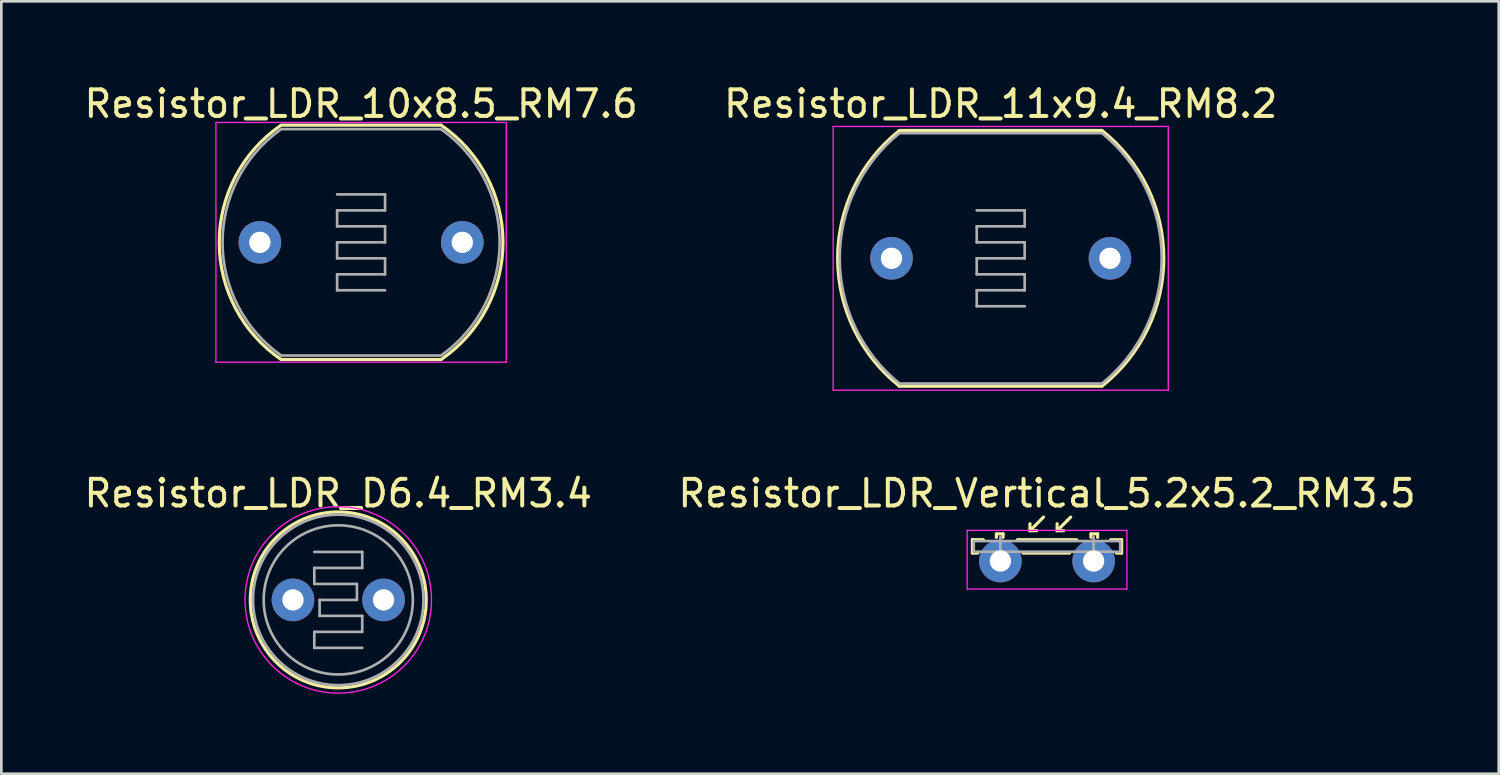
<source format=kicad_pcb>
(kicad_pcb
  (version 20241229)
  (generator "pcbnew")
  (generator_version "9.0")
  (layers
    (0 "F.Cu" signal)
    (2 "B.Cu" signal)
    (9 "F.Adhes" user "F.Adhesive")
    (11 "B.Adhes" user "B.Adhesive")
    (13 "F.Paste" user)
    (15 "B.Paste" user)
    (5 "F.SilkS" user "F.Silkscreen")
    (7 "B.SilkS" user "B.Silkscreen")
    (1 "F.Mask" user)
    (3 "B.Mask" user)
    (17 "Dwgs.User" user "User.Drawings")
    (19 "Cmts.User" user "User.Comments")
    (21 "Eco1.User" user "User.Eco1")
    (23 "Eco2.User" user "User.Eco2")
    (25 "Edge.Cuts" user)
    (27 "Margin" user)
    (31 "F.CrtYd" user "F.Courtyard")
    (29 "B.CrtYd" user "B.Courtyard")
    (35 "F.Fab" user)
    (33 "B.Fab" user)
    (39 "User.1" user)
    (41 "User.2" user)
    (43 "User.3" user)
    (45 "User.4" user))
  (footprint "Resistor_LDR_10x8.5_RM7.6"
    (layer "F.Cu")
    (at 6.706 6.048)
    (property "Reference" "Resistor_LDR_10x8.5_RM7.6" (at 3.8 -5.2 0) (layer "F.SilkS") (effects (font (size 1 1) (thickness 0.15))))
    (attr through_hole)
    (fp_line (start 0.8 -4.4) (end 6.8 -4.4) (stroke (width 0.12) (type solid)) (layer "F.SilkS"))
    (fp_line (start 0.8 4.4) (end 6.8 4.4) (stroke (width 0.12) (type solid)) (layer "F.SilkS"))
    (fp_arc (start 0.8 4.4) (mid -1.525374 0.019809) (end 0.76735 -4.37756) (stroke (width 0.12) (type solid)) (layer "F.SilkS"))
    (fp_arc (start 6.8 -4.4) (mid 9.125374 -0.019809) (end 6.83265 4.37756) (stroke (width 0.12) (type solid)) (layer "F.SilkS"))
    (fp_line (start -1.65 -4.5) (end -1.65 4.5) (stroke (width 0.05) (type solid)) (layer "F.CrtYd"))
    (fp_line (start -1.65 -4.5) (end 9.25 -4.5) (stroke (width 0.05) (type solid)) (layer "F.CrtYd"))
    (fp_line (start 9.25 4.5) (end -1.65 4.5) (stroke (width 0.05) (type solid)) (layer "F.CrtYd"))
    (fp_line (start 9.25 4.5) (end 9.25 -4.5) (stroke (width 0.05) (type solid)) (layer "F.CrtYd"))
    (fp_line (start 0.8 -4.25) (end 6.8 -4.25) (stroke (width 0.1) (type solid)) (layer "F.Fab"))
    (fp_line (start 2.9 -1.8) (end 4.7 -1.8) (stroke (width 0.1) (type solid)) (layer "F.Fab"))
    (fp_line (start 2.9 -1.2) (end 2.9 -0.6) (stroke (width 0.1) (type solid)) (layer "F.Fab"))
    (fp_line (start 2.9 -0.6) (end 4.7 -0.6) (stroke (width 0.1) (type solid)) (layer "F.Fab"))
    (fp_line (start 2.9 0) (end 2.9 0.6) (stroke (width 0.1) (type solid)) (layer "F.Fab"))
    (fp_line (start 2.9 0.6) (end 4.7 0.6) (stroke (width 0.1) (type solid)) (layer "F.Fab"))
    (fp_line (start 2.9 1.2) (end 2.9 1.8) (stroke (width 0.1) (type solid)) (layer "F.Fab"))
    (fp_line (start 2.9 1.8) (end 4.7 1.8) (stroke (width 0.1) (type solid)) (layer "F.Fab"))
    (fp_line (start 4.7 -1.8) (end 4.7 -1.2) (stroke (width 0.1) (type solid)) (layer "F.Fab"))
    (fp_line (start 4.7 -1.2) (end 2.9 -1.2) (stroke (width 0.1) (type solid)) (layer "F.Fab"))
    (fp_line (start 4.7 -0.6) (end 4.7 0) (stroke (width 0.1) (type solid)) (layer "F.Fab"))
    (fp_line (start 4.7 0) (end 2.9 0) (stroke (width 0.1) (type solid)) (layer "F.Fab"))
    (fp_line (start 4.7 0.6) (end 4.7 1.2) (stroke (width 0.1) (type solid)) (layer "F.Fab"))
    (fp_line (start 4.7 1.2) (end 2.9 1.2) (stroke (width 0.1) (type solid)) (layer "F.Fab"))
    (fp_line (start 6.8 4.25) (end 0.8 4.25) (stroke (width 0.1) (type solid)) (layer "F.Fab"))
    (fp_arc (start 0.8 4.25) (mid -1.4021 0.025641) (end 0.758251 -4.22022) (stroke (width 0.1) (type solid)) (layer "F.Fab"))
    (fp_arc (start 6.8 -4.25) (mid 9.0021 -0.025641) (end 6.841749 4.22022) (stroke (width 0.1) (type solid)) (layer "F.Fab"))
    (pad "1" thru_hole circle (at 0 0) (size 1.6 1.6) (drill 0.8) (layers "*.Cu" "*.Mask"))
    (pad "2" thru_hole circle (at 7.6 0) (size 1.6 1.6) (drill 0.8) (layers "*.Cu" "*.Mask")))
  (footprint "Resistor_LDR_D6.4_RM3.4"
    (layer "F.Cu")
    (at 7.949 19.471)
    (property "Reference" "Resistor_LDR_D6.4_RM3.4" (at 1.7 -4 0) (layer "F.SilkS") (effects (font (size 1 1) (thickness 0.15))))
    (attr through_hole)
    (fp_circle (center 1.7 0) (end 5 -0.1) (stroke (width 0.12) (type solid)) (fill no) (layer "F.SilkS"))
    (fp_circle (center 1.7 0) (end 5.2 0) (stroke (width 0.05) (type solid)) (fill no) (layer "F.CrtYd"))
    (fp_line (start 0.8 -1.8) (end 2.6 -1.8) (stroke (width 0.1) (type solid)) (layer "F.Fab"))
    (fp_line (start 0.8 -1.2) (end 0.8 -0.6) (stroke (width 0.1) (type solid)) (layer "F.Fab"))
    (fp_line (start 0.8 1.2) (end 0.8 1.8) (stroke (width 0.1) (type solid)) (layer "F.Fab"))
    (fp_line (start 0.8 1.8) (end 2.6 1.8) (stroke (width 0.1) (type solid)) (layer "F.Fab"))
    (fp_line (start 1 0) (end 2.4 0) (stroke (width 0.1) (type solid)) (layer "F.Fab"))
    (fp_line (start 1 0.6) (end 1 0) (stroke (width 0.1) (type solid)) (layer "F.Fab"))
    (fp_line (start 2.4 -0.6) (end 0.8 -0.6) (stroke (width 0.1) (type solid)) (layer "F.Fab"))
    (fp_line (start 2.4 0) (end 2.4 -0.6) (stroke (width 0.1) (type solid)) (layer "F.Fab"))
    (fp_line (start 2.6 -1.8) (end 2.6 -1.2) (stroke (width 0.1) (type solid)) (layer "F.Fab"))
    (fp_line (start 2.6 -1.2) (end 0.8 -1.2) (stroke (width 0.1) (type solid)) (layer "F.Fab"))
    (fp_line (start 2.6 0.6) (end 1 0.6) (stroke (width 0.1) (type solid)) (layer "F.Fab"))
    (fp_line (start 2.6 0.6) (end 2.6 1.2) (stroke (width 0.1) (type solid)) (layer "F.Fab"))
    (fp_line (start 2.6 1.2) (end 0.8 1.2) (stroke (width 0.1) (type solid)) (layer "F.Fab"))
    (fp_circle (center 1.7 0) (end 4.5 0) (stroke (width 0.1) (type solid)) (fill no) (layer "F.Fab"))
    (fp_circle (center 1.7 0) (end 4.9 0) (stroke (width 0.1) (type solid)) (fill no) (layer "F.Fab"))
    (pad "1" thru_hole circle (at 0 0) (size 1.6 1.6) (drill 0.8) (layers "*.Cu" "*.Mask"))
    (pad "2" thru_hole circle (at 3.4 0) (size 1.6 1.6) (drill 0.8) (layers "*.Cu" "*.Mask")))
  (footprint "Resistor_LDR_Vertical_5.2x5.2_RM3.5"
    (layer "F.Cu")
    (at 34.506 18.012)
    (property "Reference" "Resistor_LDR_Vertical_5.2x5.2_RM3.5" (at 1.75 -2.54 0) (layer "F.SilkS") (effects (font (size 1 1) (thickness 0.15))))
    (attr through_hole)
    (fp_line (start -1.05 -0.8) (end -1.05 -0.3) (stroke (width 0.12) (type solid)) (layer "F.SilkS"))
    (fp_line (start -1.05 -0.3) (end -0.85 -0.3) (stroke (width 0.12) (type solid)) (layer "F.SilkS"))
    (fp_line (start -0.64 -0.8) (end -1.05 -0.8) (stroke (width 0.12) (type solid)) (layer "F.SilkS"))
    (fp_line (start -0.15 -1.02) (end -0.15 -0.89) (stroke (width 0.12) (type solid)) (layer "F.SilkS"))
    (fp_line (start -0.15 -1.02) (end 0.1 -1.02) (stroke (width 0.12) (type solid)) (layer "F.SilkS"))
    (fp_line (start 0.1 -1.02) (end 0.1 -0.89) (stroke (width 0.12) (type solid)) (layer "F.SilkS"))
    (fp_line (start 0.85 -0.3) (end 2.6 -0.3) (stroke (width 0.12) (type solid)) (layer "F.SilkS"))
    (fp_line (start 1.11 -1.14) (end 1.11 -1.4) (stroke (width 0.12) (type solid)) (layer "F.SilkS"))
    (fp_line (start 1.11 -1.14) (end 1.37 -1.14) (stroke (width 0.12) (type solid)) (layer "F.SilkS"))
    (fp_line (start 1.62 -1.65) (end 1.11 -1.14) (stroke (width 0.12) (type solid)) (layer "F.SilkS"))
    (fp_line (start 2.13 -1.14) (end 2.13 -1.4) (stroke (width 0.12) (type solid)) (layer "F.SilkS"))
    (fp_line (start 2.13 -1.14) (end 2.38 -1.14) (stroke (width 0.12) (type solid)) (layer "F.SilkS"))
    (fp_line (start 2.51 -1.52) (end 2.13 -1.14) (stroke (width 0.12) (type solid)) (layer "F.SilkS"))
    (fp_line (start 2.51 -1.52) (end 2.64 -1.65) (stroke (width 0.12) (type solid)) (layer "F.SilkS"))
    (fp_line (start 2.86 -0.8) (end 0.64 -0.8) (stroke (width 0.12) (type solid)) (layer "F.SilkS"))
    (fp_line (start 3.4 -1.02) (end 3.4 -0.89) (stroke (width 0.12) (type solid)) (layer "F.SilkS"))
    (fp_line (start 3.4 -1.02) (end 3.65 -1.02) (stroke (width 0.12) (type solid)) (layer "F.SilkS"))
    (fp_line (start 3.65 -1.02) (end 3.65 -0.89) (stroke (width 0.12) (type solid)) (layer "F.SilkS"))
    (fp_line (start 4.35 -0.3) (end 4.55 -0.3) (stroke (width 0.12) (type solid)) (layer "F.SilkS"))
    (fp_line (start 4.55 -0.8) (end 4.14 -0.8) (stroke (width 0.12) (type solid)) (layer "F.SilkS"))
    (fp_line (start 4.55 -0.3) (end 4.55 -0.8) (stroke (width 0.12) (type solid)) (layer "F.SilkS"))
    (fp_line (start -1.25 -1.15) (end -1.25 1.05) (stroke (width 0.05) (type solid)) (layer "F.CrtYd"))
    (fp_line (start -1.25 -1.15) (end 4.75 -1.15) (stroke (width 0.05) (type solid)) (layer "F.CrtYd"))
    (fp_line (start 4.75 1.05) (end -1.25 1.05) (stroke (width 0.05) (type solid)) (layer "F.CrtYd"))
    (fp_line (start 4.75 1.05) (end 4.75 -1.15) (stroke (width 0.05) (type solid)) (layer "F.CrtYd"))
    (fp_line (start -1 -0.75) (end 4.5 -0.75) (stroke (width 0.1) (type solid)) (layer "F.Fab"))
    (fp_line (start -1 -0.35) (end -1 -0.75) (stroke (width 0.1) (type solid)) (layer "F.Fab"))
    (fp_line (start 0 0) (end 0 -0.9) (stroke (width 0.1) (type solid)) (layer "F.Fab"))
    (fp_line (start 3.5 0) (end 3.5 -0.9) (stroke (width 0.1) (type solid)) (layer "F.Fab"))
    (fp_line (start 4.5 -0.75) (end 4.5 -0.35) (stroke (width 0.1) (type solid)) (layer "F.Fab"))
    (fp_line (start 4.5 -0.35) (end -1 -0.35) (stroke (width 0.1) (type solid)) (layer "F.Fab"))
    (pad "1" thru_hole circle (at 0 0) (size 1.6 1.6) (drill 0.8) (layers "*.Cu" "*.Mask"))
    (pad "2" thru_hole circle (at 3.5 0) (size 1.6 1.6) (drill 0.8) (layers "*.Cu" "*.Mask")))
  (footprint "Resistor_LDR_11x9.4_RM8.2"
    (layer "F.Cu")
    (at 30.418 6.648)
    (property "Reference" "Resistor_LDR_11x9.4_RM8.2" (at 4.1 -5.8 0) (layer "F.SilkS") (effects (font (size 1 1) (thickness 0.15))))
    (attr through_hole)
    (fp_line (start 0.3 -4.8) (end 7.9 -4.8) (stroke (width 0.12) (type solid)) (layer "F.SilkS"))
    (fp_line (start 7.9 4.8) (end 0.3 4.8) (stroke (width 0.12) (type solid)) (layer "F.SilkS"))
    (fp_arc (start 0.3 4.8) (mid -2.022075 0.014159) (end 0.277838 -4.782371) (stroke (width 0.12) (type solid)) (layer "F.SilkS"))
    (fp_arc (start 7.9 -4.8) (mid 10.222075 -0.014159) (end 7.922162 4.782371) (stroke (width 0.12) (type solid)) (layer "F.SilkS"))
    (fp_line (start -2.19 -4.95) (end -2.19 4.95) (stroke (width 0.05) (type solid)) (layer "F.CrtYd"))
    (fp_line (start -2.19 -4.95) (end 10.39 -4.95) (stroke (width 0.05) (type solid)) (layer "F.CrtYd"))
    (fp_line (start 10.39 4.95) (end -2.19 4.95) (stroke (width 0.05) (type solid)) (layer "F.CrtYd"))
    (fp_line (start 10.39 4.95) (end 10.39 -4.95) (stroke (width 0.05) (type solid)) (layer "F.CrtYd"))
    (fp_line (start 0.3 -4.7) (end 7.9 -4.7) (stroke (width 0.1) (type solid)) (layer "F.Fab"))
    (fp_line (start 3.2 -1.8) (end 5 -1.8) (stroke (width 0.1) (type solid)) (layer "F.Fab"))
    (fp_line (start 3.2 -1.2) (end 3.2 -0.6) (stroke (width 0.1) (type solid)) (layer "F.Fab"))
    (fp_line (start 3.2 -0.6) (end 5 -0.6) (stroke (width 0.1) (type solid)) (layer "F.Fab"))
    (fp_line (start 3.2 0) (end 3.2 0.6) (stroke (width 0.1) (type solid)) (layer "F.Fab"))
    (fp_line (start 3.2 0.6) (end 5 0.6) (stroke (width 0.1) (type solid)) (layer "F.Fab"))
    (fp_line (start 3.2 1.2) (end 3.2 1.8) (stroke (width 0.1) (type solid)) (layer "F.Fab"))
    (fp_line (start 3.2 1.8) (end 5 1.8) (stroke (width 0.1) (type solid)) (layer "F.Fab"))
    (fp_line (start 5 -1.8) (end 5 -1.2) (stroke (width 0.1) (type solid)) (layer "F.Fab"))
    (fp_line (start 5 -1.2) (end 3.2 -1.2) (stroke (width 0.1) (type solid)) (layer "F.Fab"))
    (fp_line (start 5 -0.6) (end 5 0) (stroke (width 0.1) (type solid)) (layer "F.Fab"))
    (fp_line (start 5 0) (end 3.2 0) (stroke (width 0.1) (type solid)) (layer "F.Fab"))
    (fp_line (start 5 0.6) (end 5 1.2) (stroke (width 0.1) (type solid)) (layer "F.Fab"))
    (fp_line (start 5 1.2) (end 3.2 1.2) (stroke (width 0.1) (type solid)) (layer "F.Fab"))
    (fp_line (start 7.9 4.7) (end 0.3 4.7) (stroke (width 0.1) (type solid)) (layer "F.Fab"))
    (fp_arc (start 0.3 4.7) (mid -1.944004 0.004651) (end 0.292771 -4.694146) (stroke (width 0.1) (type solid)) (layer "F.Fab"))
    (fp_arc (start 7.9 -4.7) (mid 10.144004 -0.004651) (end 7.907229 4.694146) (stroke (width 0.1) (type solid)) (layer "F.Fab"))
    (pad "1" thru_hole circle (at 0 0) (size 1.6 1.6) (drill 0.8) (layers "*.Cu" "*.Mask"))
    (pad "2" thru_hole circle (at 8.2 0) (size 1.6 1.6) (drill 0.8) (layers "*.Cu" "*.Mask")))
  (gr_rect
    (start -3 -3)
    (end 53.214 25.997)
    (stroke (width 0.1) (type default))
    (fill no)
    (layer "Edge.Cuts")))
</source>
